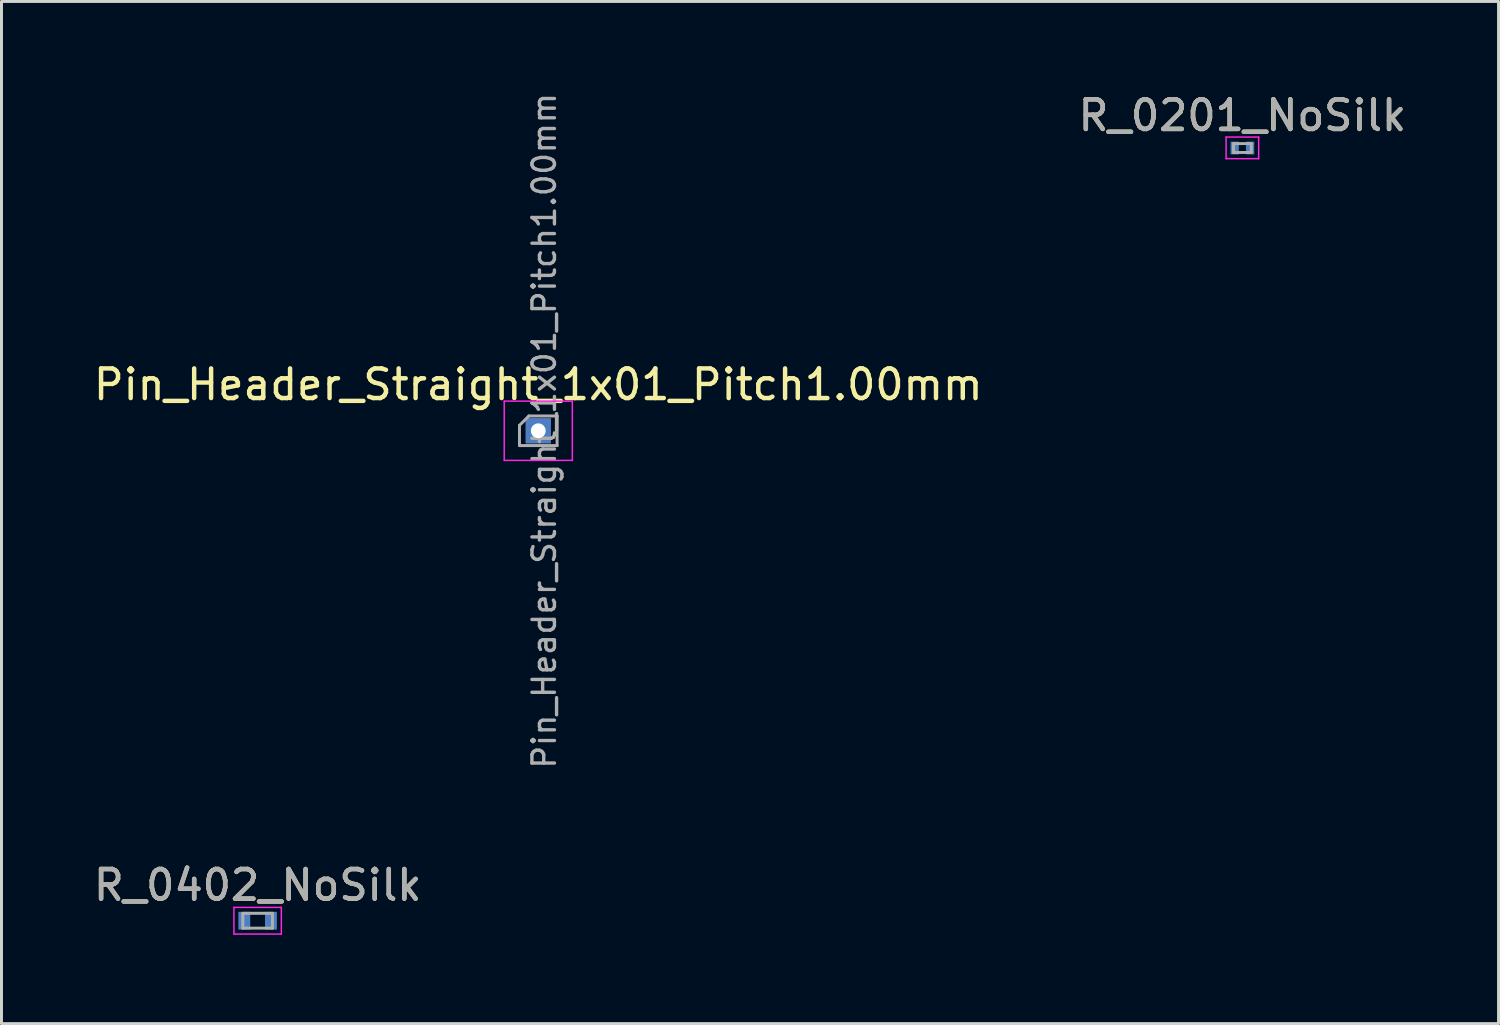
<source format=kicad_pcb>
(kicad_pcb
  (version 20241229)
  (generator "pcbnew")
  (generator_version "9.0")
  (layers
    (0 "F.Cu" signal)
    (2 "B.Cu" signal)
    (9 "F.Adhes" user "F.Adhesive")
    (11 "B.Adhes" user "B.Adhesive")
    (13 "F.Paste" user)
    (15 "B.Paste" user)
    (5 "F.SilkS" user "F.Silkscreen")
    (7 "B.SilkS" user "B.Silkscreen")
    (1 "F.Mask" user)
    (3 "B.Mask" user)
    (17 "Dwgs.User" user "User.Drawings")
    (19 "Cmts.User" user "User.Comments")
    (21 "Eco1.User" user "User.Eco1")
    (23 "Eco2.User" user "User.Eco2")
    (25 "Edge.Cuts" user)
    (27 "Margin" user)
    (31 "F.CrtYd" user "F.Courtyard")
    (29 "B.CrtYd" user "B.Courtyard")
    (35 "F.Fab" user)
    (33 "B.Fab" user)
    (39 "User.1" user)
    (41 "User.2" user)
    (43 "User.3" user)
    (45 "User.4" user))
  (footprint "R_0402_NoSilk"
    (layer "F.Cu")
    (at 5.649 28.038)
    (property "Reference" "R_0402_NoSilk" (at 0 -1.2 0) (layer "F.SilkS") (effects (font (size 1 1) (thickness 0.15))))
    (attr smd)
    (fp_line (start -0.8 -0.45) (end -0.8 0.45) (stroke (width 0.05) (type solid)) (layer "F.CrtYd"))
    (fp_line (start -0.8 -0.45) (end 0.8 -0.45) (stroke (width 0.05) (type solid)) (layer "F.CrtYd"))
    (fp_line (start 0.8 0.45) (end -0.8 0.45) (stroke (width 0.05) (type solid)) (layer "F.CrtYd"))
    (fp_line (start 0.8 0.45) (end 0.8 -0.45) (stroke (width 0.05) (type solid)) (layer "F.CrtYd"))
    (fp_line (start -0.5 -0.25) (end 0.5 -0.25) (stroke (width 0.1) (type solid)) (layer "F.Fab"))
    (fp_line (start -0.5 0.25) (end -0.5 -0.25) (stroke (width 0.1) (type solid)) (layer "F.Fab"))
    (fp_line (start 0.5 -0.25) (end 0.5 0.25) (stroke (width 0.1) (type solid)) (layer "F.Fab"))
    (fp_line (start 0.5 0.25) (end -0.5 0.25) (stroke (width 0.1) (type solid)) (layer "F.Fab"))
    (fp_text user "${REFERENCE}" (at 0 -1.2 0) (layer "F.Fab") (effects (font (size 1 1) (thickness 0.15))))
    (pad "1" smd rect (at -0.45 0) (size 0.4 0.6) (layers "B.Cu" "B.Mask" "B.Paste"))
    (pad "2" smd rect (at 0.45 0) (size 0.4 0.6) (layers "B.Cu" "B.Mask" "B.Paste")))
  (footprint "R_0201_NoSilk"
    (layer "F.Cu")
    (at 38.899 1.948)
    (property "Reference" "R_0201_NoSilk" (at 0 -1.1 0) (layer "F.SilkS") (effects (font (size 1 1) (thickness 0.15))))
    (attr smd)
    (fp_line (start -0.55 -0.37) (end -0.55 0.36) (stroke (width 0.05) (type solid)) (layer "F.CrtYd"))
    (fp_line (start -0.55 -0.37) (end 0.55 -0.37) (stroke (width 0.05) (type solid)) (layer "F.CrtYd"))
    (fp_line (start 0.55 0.36) (end -0.55 0.36) (stroke (width 0.05) (type solid)) (layer "F.CrtYd"))
    (fp_line (start 0.55 0.36) (end 0.55 -0.37) (stroke (width 0.05) (type solid)) (layer "F.CrtYd"))
    (fp_line (start -0.3 -0.15) (end 0.3 -0.15) (stroke (width 0.1) (type solid)) (layer "F.Fab"))
    (fp_line (start -0.3 0.15) (end -0.3 -0.15) (stroke (width 0.1) (type solid)) (layer "F.Fab"))
    (fp_line (start 0.3 -0.15) (end 0.3 0.15) (stroke (width 0.1) (type solid)) (layer "F.Fab"))
    (fp_line (start 0.3 0.15) (end -0.3 0.15) (stroke (width 0.1) (type solid)) (layer "F.Fab"))
    (fp_text user "${REFERENCE}" (at 0 -1.1 0) (layer "F.Fab") (effects (font (size 1 1) (thickness 0.15))))
    (pad "1" smd rect (at -0.26 0) (size 0.28 0.43) (layers "B.Cu" "B.Mask" "B.Paste"))
    (pad "2" smd rect (at 0.26 0) (size 0.28 0.43) (layers "B.Cu" "B.Mask" "B.Paste")))
  (footprint "Pin_Header_Straight_1x01_Pitch1.00mm"
    (layer "F.Cu")
    (at 15.125 11.495)
    (property "Reference" "Pin_Header_Straight_1x01_Pitch1.00mm" (at 0 -1.56 0) (layer "F.SilkS") (effects (font (size 1 1) (thickness 0.15))))
    (attr through_hole)
    (fp_line (start -1.15 -1) (end -1.15 1) (stroke (width 0.05) (type solid)) (layer "F.CrtYd"))
    (fp_line (start -1.15 1) (end 1.15 1) (stroke (width 0.05) (type solid)) (layer "F.CrtYd"))
    (fp_line (start 1.15 -1) (end -1.15 -1) (stroke (width 0.05) (type solid)) (layer "F.CrtYd"))
    (fp_line (start 1.15 1) (end 1.15 -1) (stroke (width 0.05) (type solid)) (layer "F.CrtYd"))
    (fp_line (start -0.635 -0.182) (end -0.318 -0.5) (stroke (width 0.1) (type solid)) (layer "F.Fab"))
    (fp_line (start -0.635 0.5) (end -0.635 -0.182) (stroke (width 0.1) (type solid)) (layer "F.Fab"))
    (fp_line (start -0.318 -0.5) (end 0.635 -0.5) (stroke (width 0.1) (type solid)) (layer "F.Fab"))
    (fp_line (start 0.635 -0.5) (end 0.635 0.5) (stroke (width 0.1) (type solid)) (layer "F.Fab"))
    (fp_line (start 0.635 0.5) (end -0.635 0.5) (stroke (width 0.1) (type solid)) (layer "F.Fab"))
    (fp_text user "${REFERENCE}" (at 0.2 0 90) (layer "F.Fab") (effects (font (size 0.76 0.76) (thickness 0.114))))
    (pad "1" thru_hole rect (at 0 0) (size 0.85 0.85) (drill 0.5) (layers "*.Cu" "*.Mask")))
  (gr_rect
    (start -3 -3)
    (end 47.548 31.513)
    (stroke (width 0.1) (type default))
    (fill no)
    (layer "Edge.Cuts")))
</source>
